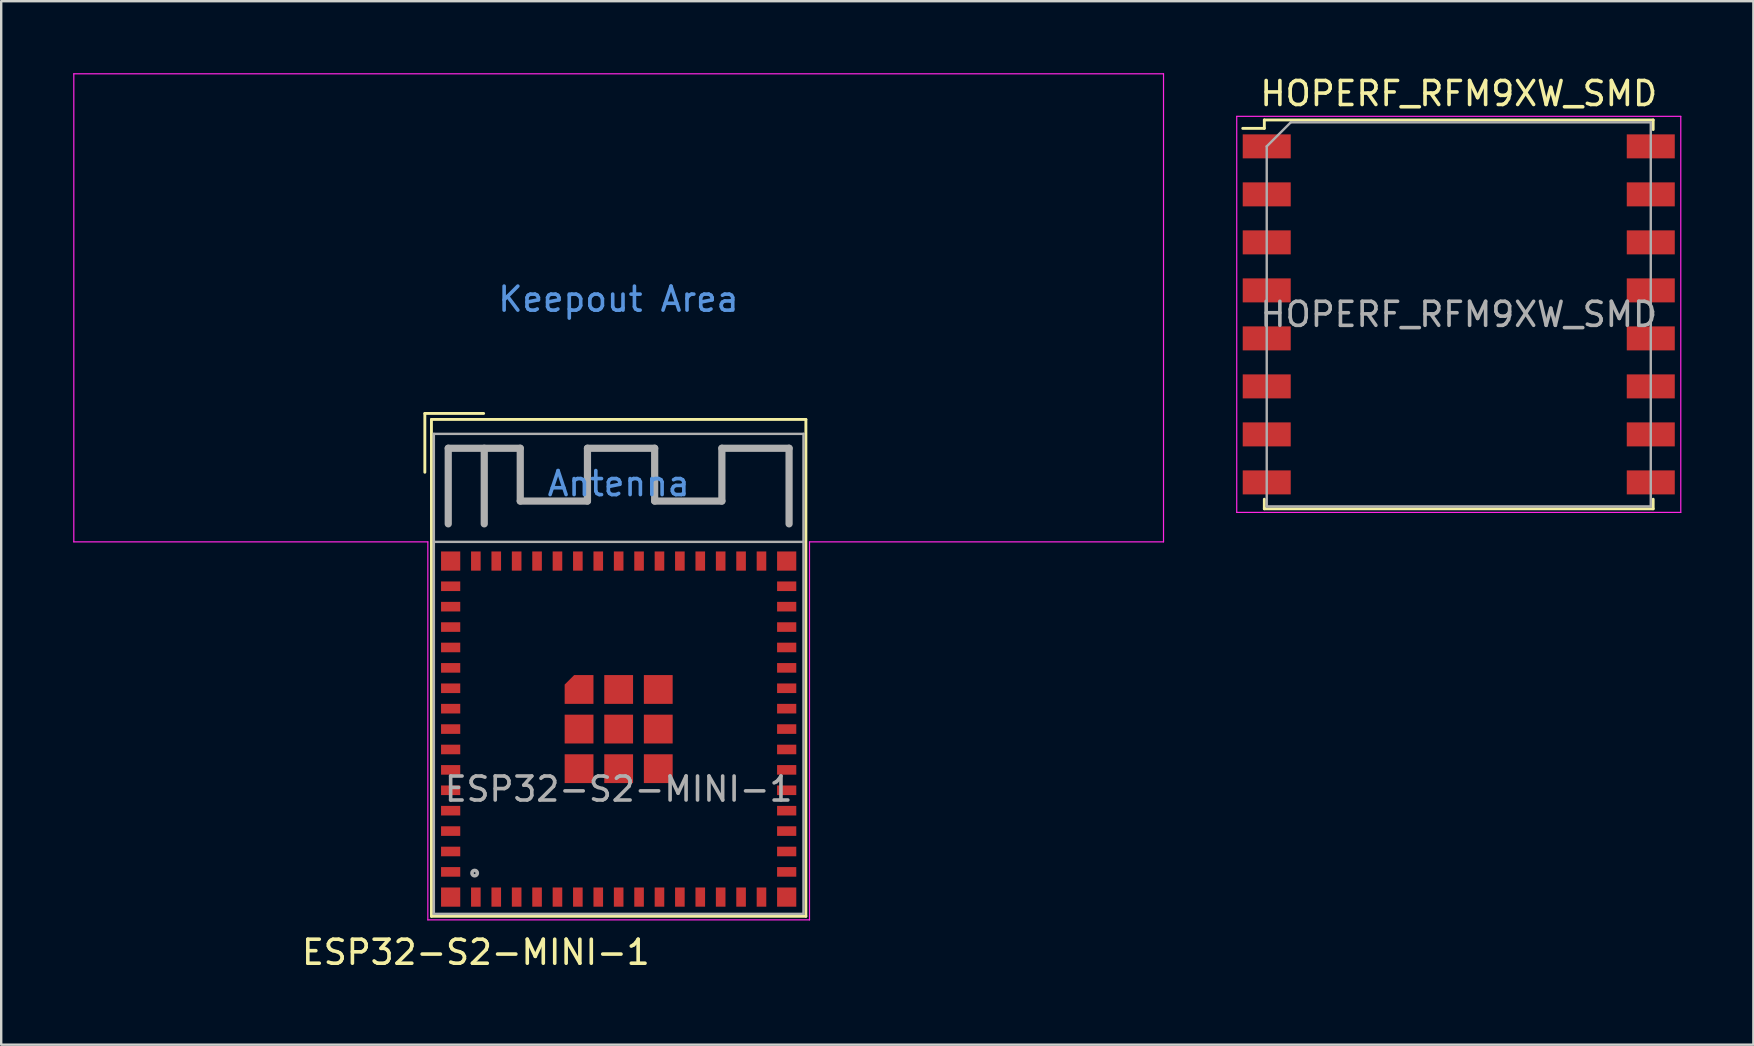
<source format=kicad_pcb>
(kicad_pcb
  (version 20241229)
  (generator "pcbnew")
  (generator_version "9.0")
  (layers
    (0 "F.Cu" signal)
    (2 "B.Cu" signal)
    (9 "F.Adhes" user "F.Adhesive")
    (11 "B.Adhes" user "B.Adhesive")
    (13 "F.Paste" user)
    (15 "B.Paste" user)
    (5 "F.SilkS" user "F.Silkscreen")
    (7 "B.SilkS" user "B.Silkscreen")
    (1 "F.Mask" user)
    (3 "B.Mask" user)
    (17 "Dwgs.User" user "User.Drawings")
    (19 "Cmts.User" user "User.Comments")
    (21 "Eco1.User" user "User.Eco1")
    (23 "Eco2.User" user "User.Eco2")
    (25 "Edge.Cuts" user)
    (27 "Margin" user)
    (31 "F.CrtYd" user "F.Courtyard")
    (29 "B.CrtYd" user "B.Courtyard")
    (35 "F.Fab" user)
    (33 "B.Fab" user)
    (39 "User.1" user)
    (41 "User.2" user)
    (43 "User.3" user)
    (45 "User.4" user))
  (footprint "HOPERF_RFM9XW_SMD"
    (layer "F.Cu")
    (at 57.725 10.048)
    (property "Reference" "HOPERF_RFM9XW_SMD" (at 0 -9.2 0) (layer "F.SilkS") (effects (font (size 1 1) (thickness 0.15))))
    (attr smd)
    (fp_line (start -8.1 -8.1) (end -8.1 -7.75) (stroke (width 0.12) (type solid)) (layer "F.SilkS"))
    (fp_line (start -8.1 -8.1) (end 8.1 -8.1) (stroke (width 0.12) (type solid)) (layer "F.SilkS"))
    (fp_line (start -8.1 -7.75) (end -9 -7.75) (stroke (width 0.12) (type solid)) (layer "F.SilkS"))
    (fp_line (start -8.1 7.7) (end -8.1 8.1) (stroke (width 0.12) (type solid)) (layer "F.SilkS"))
    (fp_line (start -8.1 8.1) (end 8.1 8.1) (stroke (width 0.12) (type solid)) (layer "F.SilkS"))
    (fp_line (start 8.1 -8.1) (end 8.1 -7.7) (stroke (width 0.12) (type solid)) (layer "F.SilkS"))
    (fp_line (start 8.1 8.1) (end 8.1 7.7) (stroke (width 0.12) (type solid)) (layer "F.SilkS"))
    (fp_line (start -9.25 -8.25) (end 9.25 -8.25) (stroke (width 0.05) (type solid)) (layer "F.CrtYd"))
    (fp_line (start -9.25 8.25) (end -9.25 -8.25) (stroke (width 0.05) (type solid)) (layer "F.CrtYd"))
    (fp_line (start -9.25 8.25) (end 9.25 8.25) (stroke (width 0.05) (type solid)) (layer "F.CrtYd"))
    (fp_line (start 9.25 -8.25) (end 9.25 8.25) (stroke (width 0.05) (type solid)) (layer "F.CrtYd"))
    (fp_line (start -8 8) (end -8 -7) (stroke (width 0.1) (type solid)) (layer "F.Fab"))
    (fp_line (start -8 8) (end 8 8) (stroke (width 0.1) (type solid)) (layer "F.Fab"))
    (fp_line (start -7 -8) (end -8 -7) (stroke (width 0.1) (type solid)) (layer "F.Fab"))
    (fp_line (start -7 -8) (end 8 -8) (stroke (width 0.1) (type solid)) (layer "F.Fab"))
    (fp_line (start 8 8) (end 8 -8) (stroke (width 0.1) (type solid)) (layer "F.Fab"))
    (fp_text user "${REFERENCE}" (at 0 0 0) (layer "F.Fab") (effects (font (size 1 1) (thickness 0.15))))
    (pad "1" smd rect (at -8 -7) (size 2 1) (layers "F.Cu" "F.Mask" "F.Paste"))
    (pad "2" smd rect (at -8 -5) (size 2 1) (layers "F.Cu" "F.Mask" "F.Paste"))
    (pad "3" smd rect (at -8 -3) (size 2 1) (layers "F.Cu" "F.Mask" "F.Paste"))
    (pad "4" smd rect (at -8 -1) (size 2 1) (layers "F.Cu" "F.Mask" "F.Paste"))
    (pad "5" smd rect (at -8 1) (size 2 1) (layers "F.Cu" "F.Mask" "F.Paste"))
    (pad "6" smd rect (at -8 3) (size 2 1) (layers "F.Cu" "F.Mask" "F.Paste"))
    (pad "7" smd rect (at -8 5) (size 2 1) (layers "F.Cu" "F.Mask" "F.Paste"))
    (pad "8" smd rect (at -8 7) (size 2 1) (layers "F.Cu" "F.Mask" "F.Paste"))
    (pad "9" smd rect (at 8 7) (size 2 1) (layers "F.Cu" "F.Mask" "F.Paste"))
    (pad "10" smd rect (at 8 5) (size 2 1) (layers "F.Cu" "F.Mask" "F.Paste"))
    (pad "11" smd rect (at 8 3) (size 2 1) (layers "F.Cu" "F.Mask" "F.Paste"))
    (pad "12" smd rect (at 8 1) (size 2 1) (layers "F.Cu" "F.Mask" "F.Paste"))
    (pad "13" smd rect (at 8 -1) (size 2 1) (layers "F.Cu" "F.Mask" "F.Paste"))
    (pad "14" smd rect (at 8 -3) (size 2 1) (layers "F.Cu" "F.Mask" "F.Paste"))
    (pad "15" smd rect (at 8 -5) (size 2 1) (layers "F.Cu" "F.Mask" "F.Paste"))
    (pad "16" smd rect (at 8 -7) (size 2 1) (layers "F.Cu" "F.Mask" "F.Paste")))
  (footprint "ESP32-S2-MINI-1"
    (layer "F.Cu")
    (at 22.725 24.775)
    (property "Reference" "ESP32-S2-MINI-1" (at -5.95 11.85 0) (unlocked yes) (layer "F.SilkS") (effects (font (size 1 1) (thickness 0.15))))
    (attr smd)
    (fp_line (start -8.075 -10.6) (end -8.075 -8.15) (stroke (width 0.12) (type solid)) (layer "F.SilkS"))
    (fp_line (start -8.075 -10.6) (end -5.625 -10.6) (stroke (width 0.12) (type solid)) (layer "F.SilkS"))
    (fp_line (start -7.8 -10.35) (end 7.8 -10.35) (stroke (width 0.12) (type solid)) (layer "F.SilkS"))
    (fp_line (start -7.8 10.35) (end -7.8 -10.35) (stroke (width 0.12) (type solid)) (layer "F.SilkS"))
    (fp_line (start 7.8 -10.35) (end 7.8 10.35) (stroke (width 0.12) (type solid)) (layer "F.SilkS"))
    (fp_line (start 7.8 10.35) (end -7.8 10.35) (stroke (width 0.12) (type solid)) (layer "F.SilkS"))
    (fp_line (start -22.7 -24.75) (end 22.7 -24.75) (stroke (width 0.05) (type solid)) (layer "F.CrtYd"))
    (fp_line (start -22.7 -5.25) (end -22.7 -24.75) (stroke (width 0.05) (type solid)) (layer "F.CrtYd"))
    (fp_line (start -7.95 -5.25) (end -22.7 -5.25) (stroke (width 0.05) (type solid)) (layer "F.CrtYd"))
    (fp_line (start -7.95 10.5) (end -7.95 -5.25) (stroke (width 0.05) (type solid)) (layer "F.CrtYd"))
    (fp_line (start 7.95 -5.25) (end 7.95 10.5) (stroke (width 0.05) (type solid)) (layer "F.CrtYd"))
    (fp_line (start 7.95 -5.25) (end 22.7 -5.25) (stroke (width 0.05) (type solid)) (layer "F.CrtYd"))
    (fp_line (start 7.95 10.5) (end -7.95 10.5) (stroke (width 0.05) (type solid)) (layer "F.CrtYd"))
    (fp_line (start 22.7 -5.25) (end 22.7 -24.75) (stroke (width 0.05) (type solid)) (layer "F.CrtYd"))
    (fp_line (start -7.7 -9.75) (end 7.7 -9.75) (stroke (width 0.1) (type solid)) (layer "F.Fab"))
    (fp_line (start -7.7 -5.25) (end 7.7 -5.25) (stroke (width 0.1) (type solid)) (layer "F.Fab"))
    (fp_line (start -7.7 10.25) (end -7.7 -9.75) (stroke (width 0.1) (type solid)) (layer "F.Fab"))
    (fp_line (start -7.1 -9.15) (end -4.1 -9.15) (stroke (width 0.3) (type solid)) (layer "F.Fab"))
    (fp_line (start -7.1 -6) (end -7.1 -9.15) (stroke (width 0.3) (type solid)) (layer "F.Fab"))
    (fp_line (start -5.6 -6) (end -5.6 -9.15) (stroke (width 0.3) (type solid)) (layer "F.Fab"))
    (fp_line (start -4.1 -9.15) (end -4.1 -6.95) (stroke (width 0.3) (type solid)) (layer "F.Fab"))
    (fp_line (start -4.1 -6.95) (end -1.3 -6.95) (stroke (width 0.3) (type solid)) (layer "F.Fab"))
    (fp_line (start -1.3 -9.15) (end 1.5 -9.15) (stroke (width 0.3) (type solid)) (layer "F.Fab"))
    (fp_line (start -1.3 -6.95) (end -1.3 -9.15) (stroke (width 0.3) (type solid)) (layer "F.Fab"))
    (fp_line (start 1.5 -9.15) (end 1.5 -6.95) (stroke (width 0.3) (type solid)) (layer "F.Fab"))
    (fp_line (start 1.5 -6.95) (end 4.3 -6.95) (stroke (width 0.3) (type solid)) (layer "F.Fab"))
    (fp_line (start 4.3 -9.15) (end 7.1 -9.15) (stroke (width 0.3) (type solid)) (layer "F.Fab"))
    (fp_line (start 4.3 -6.95) (end 4.3 -9.15) (stroke (width 0.3) (type solid)) (layer "F.Fab"))
    (fp_line (start 7.1 -9.15) (end 7.1 -6) (stroke (width 0.3) (type solid)) (layer "F.Fab"))
    (fp_line (start 7.7 -9.75) (end 7.7 10.25) (stroke (width 0.1) (type solid)) (layer "F.Fab"))
    (fp_line (start 7.7 10.25) (end -7.7 10.25) (stroke (width 0.1) (type solid)) (layer "F.Fab"))
    (fp_circle (center -6 8.55) (end -5.888 8.55) (stroke (width 0.15) (type solid)) (fill no) (layer "F.Fab"))
    (fp_text user "Keepout Area" (at -0.01 -15.36 0) (layer "Cmts.User") (effects (font (size 1 1) (thickness 0.15))))
    (fp_text user "Antenna" (at 0 -7.675 0) (layer "Cmts.User") (effects (font (size 1 1) (thickness 0.15))))
    (fp_text user "${REFERENCE}" (at 0 5.05 0) (unlocked yes) (layer "F.Fab") (effects (font (size 1 1) (thickness 0.15))))
    (pad "1" smd rect (at -7 -3.4) (size 0.8 0.4) (layers "F.Cu" "F.Mask" "F.Paste"))
    (pad "2" smd rect (at -7 -2.55) (size 0.8 0.4) (layers "F.Cu" "F.Mask" "F.Paste"))
    (pad "3" smd rect (at -7 -1.7) (size 0.8 0.4) (layers "F.Cu" "F.Mask" "F.Paste"))
    (pad "4" smd rect (at -7 -0.85) (size 0.8 0.4) (layers "F.Cu" "F.Mask" "F.Paste"))
    (pad "5" smd rect (at -7 0) (size 0.8 0.4) (layers "F.Cu" "F.Mask" "F.Paste"))
    (pad "6" smd rect (at -7 0.85) (size 0.8 0.4) (layers "F.Cu" "F.Mask" "F.Paste"))
    (pad "7" smd rect (at -7 1.7) (size 0.8 0.4) (layers "F.Cu" "F.Mask" "F.Paste"))
    (pad "8" smd rect (at -7 2.55) (size 0.8 0.4) (layers "F.Cu" "F.Mask" "F.Paste"))
    (pad "9" smd rect (at -7 3.4) (size 0.8 0.4) (layers "F.Cu" "F.Mask" "F.Paste"))
    (pad "10" smd rect (at -7 4.25) (size 0.8 0.4) (layers "F.Cu" "F.Mask" "F.Paste"))
    (pad "11" smd rect (at -7 5.1) (size 0.8 0.4) (layers "F.Cu" "F.Mask" "F.Paste"))
    (pad "12" smd rect (at -7 5.95) (size 0.8 0.4) (layers "F.Cu" "F.Mask" "F.Paste"))
    (pad "13" smd rect (at -7 6.8) (size 0.8 0.4) (layers "F.Cu" "F.Mask" "F.Paste"))
    (pad "14" smd rect (at -7 7.65) (size 0.8 0.4) (layers "F.Cu" "F.Mask" "F.Paste"))
    (pad "15" smd rect (at -7 8.5) (size 0.8 0.4) (layers "F.Cu" "F.Mask" "F.Paste"))
    (pad "16" smd rect (at -5.95 9.55 90) (size 0.8 0.4) (layers "F.Cu" "F.Mask" "F.Paste"))
    (pad "17" smd rect (at -5.1 9.55 90) (size 0.8 0.4) (layers "F.Cu" "F.Mask" "F.Paste"))
    (pad "18" smd rect (at -4.25 9.55 90) (size 0.8 0.4) (layers "F.Cu" "F.Mask" "F.Paste"))
    (pad "19" smd rect (at -3.4 9.55 90) (size 0.8 0.4) (layers "F.Cu" "F.Mask" "F.Paste"))
    (pad "20" smd rect (at -2.55 9.55 90) (size 0.8 0.4) (layers "F.Cu" "F.Mask" "F.Paste"))
    (pad "21" smd rect (at -1.7 9.55 90) (size 0.8 0.4) (layers "F.Cu" "F.Mask" "F.Paste"))
    (pad "22" smd rect (at -0.85 9.55 90) (size 0.8 0.4) (layers "F.Cu" "F.Mask" "F.Paste"))
    (pad "23" smd rect (at 0 9.55 90) (size 0.8 0.4) (layers "F.Cu" "F.Mask" "F.Paste"))
    (pad "24" smd rect (at 0.85 9.55 90) (size 0.8 0.4) (layers "F.Cu" "F.Mask" "F.Paste"))
    (pad "25" smd rect (at 1.7 9.55 90) (size 0.8 0.4) (layers "F.Cu" "F.Mask" "F.Paste"))
    (pad "26" smd rect (at 2.55 9.55 90) (size 0.8 0.4) (layers "F.Cu" "F.Mask" "F.Paste"))
    (pad "27" smd rect (at 3.4 9.55 90) (size 0.8 0.4) (layers "F.Cu" "F.Mask" "F.Paste"))
    (pad "28" smd rect (at 4.25 9.55 90) (size 0.8 0.4) (layers "F.Cu" "F.Mask" "F.Paste"))
    (pad "29" smd rect (at 5.1 9.55 90) (size 0.8 0.4) (layers "F.Cu" "F.Mask" "F.Paste"))
    (pad "30" smd rect (at 5.95 9.55 90) (size 0.8 0.4) (layers "F.Cu" "F.Mask" "F.Paste"))
    (pad "31" smd rect (at 7 8.5) (size 0.8 0.4) (layers "F.Cu" "F.Mask" "F.Paste"))
    (pad "32" smd rect (at 7 7.65) (size 0.8 0.4) (layers "F.Cu" "F.Mask" "F.Paste"))
    (pad "33" smd rect (at 7 6.8) (size 0.8 0.4) (layers "F.Cu" "F.Mask" "F.Paste"))
    (pad "34" smd rect (at 7 5.95) (size 0.8 0.4) (layers "F.Cu" "F.Mask" "F.Paste"))
    (pad "35" smd rect (at 7 5.1) (size 0.8 0.4) (layers "F.Cu" "F.Mask" "F.Paste"))
    (pad "36" smd rect (at 7 4.25) (size 0.8 0.4) (layers "F.Cu" "F.Mask" "F.Paste"))
    (pad "37" smd rect (at 7 3.4) (size 0.8 0.4) (layers "F.Cu" "F.Mask" "F.Paste"))
    (pad "38" smd rect (at 7 2.55) (size 0.8 0.4) (layers "F.Cu" "F.Mask" "F.Paste"))
    (pad "39" smd rect (at 7 1.7) (size 0.8 0.4) (layers "F.Cu" "F.Mask" "F.Paste"))
    (pad "40" smd rect (at 7 0.85) (size 0.8 0.4) (layers "F.Cu" "F.Mask" "F.Paste"))
    (pad "41" smd rect (at 7 0) (size 0.8 0.4) (layers "F.Cu" "F.Mask" "F.Paste"))
    (pad "42" smd rect (at 7 -0.85) (size 0.8 0.4) (layers "F.Cu" "F.Mask" "F.Paste"))
    (pad "43" smd rect (at 7 -1.7) (size 0.8 0.4) (layers "F.Cu" "F.Mask" "F.Paste"))
    (pad "44" smd rect (at 7 -2.55) (size 0.8 0.4) (layers "F.Cu" "F.Mask" "F.Paste"))
    (pad "45" smd rect (at 7 -3.4) (size 0.8 0.4) (layers "F.Cu" "F.Mask" "F.Paste"))
    (pad "46" smd rect (at 5.95 -4.45 90) (size 0.8 0.4) (layers "F.Cu" "F.Mask" "F.Paste"))
    (pad "47" smd rect (at 5.1 -4.45 90) (size 0.8 0.4) (layers "F.Cu" "F.Mask" "F.Paste"))
    (pad "48" smd rect (at 4.25 -4.45 90) (size 0.8 0.4) (layers "F.Cu" "F.Mask" "F.Paste"))
    (pad "49" smd rect (at 3.4 -4.45 90) (size 0.8 0.4) (layers "F.Cu" "F.Mask" "F.Paste"))
    (pad "50" smd rect (at 2.55 -4.45 90) (size 0.8 0.4) (layers "F.Cu" "F.Mask" "F.Paste"))
    (pad "51" smd rect (at 1.7 -4.45 90) (size 0.8 0.4) (layers "F.Cu" "F.Mask" "F.Paste"))
    (pad "52" smd rect (at 0.85 -4.45 90) (size 0.8 0.4) (layers "F.Cu" "F.Mask" "F.Paste"))
    (pad "53" smd rect (at 0 -4.45 90) (size 0.8 0.4) (layers "F.Cu" "F.Mask" "F.Paste"))
    (pad "54" smd rect (at -0.85 -4.45 90) (size 0.8 0.4) (layers "F.Cu" "F.Mask" "F.Paste"))
    (pad "55" smd rect (at -1.7 -4.45 90) (size 0.8 0.4) (layers "F.Cu" "F.Mask" "F.Paste"))
    (pad "56" smd rect (at -2.55 -4.45 90) (size 0.8 0.4) (layers "F.Cu" "F.Mask" "F.Paste"))
    (pad "57" smd rect (at -3.4 -4.45 90) (size 0.8 0.4) (layers "F.Cu" "F.Mask" "F.Paste"))
    (pad "58" smd rect (at -4.25 -4.45 90) (size 0.8 0.4) (layers "F.Cu" "F.Mask" "F.Paste"))
    (pad "59" smd rect (at -5.1 -4.45 90) (size 0.8 0.4) (layers "F.Cu" "F.Mask" "F.Paste"))
    (pad "60" smd rect (at -5.95 -4.45 90) (size 0.8 0.4) (layers "F.Cu" "F.Mask" "F.Paste"))
    (pad "61" smd roundrect (at -1.65 0.9) (size 1.2 1.2) (layers "F.Cu" "F.Mask" "F.Paste") (roundrect_rratio 0) (chamfer_ratio 0.33) (chamfer top_left))
    (pad "61" smd rect (at -1.65 2.55) (size 1.2 1.2) (layers "F.Cu" "F.Mask" "F.Paste"))
    (pad "61" smd rect (at -1.65 4.2) (size 1.2 1.2) (layers "F.Cu" "F.Mask" "F.Paste"))
    (pad "61" smd rect (at 0 0.9) (size 1.2 1.2) (layers "F.Cu" "F.Mask" "F.Paste"))
    (pad "61" smd rect (at 0 2.55) (size 1.2 1.2) (layers "F.Cu" "F.Mask" "F.Paste"))
    (pad "61" smd rect (at 0 4.2) (size 1.2 1.2) (layers "F.Cu" "F.Mask" "F.Paste"))
    (pad "61" smd rect (at 1.65 0.9) (size 1.2 1.2) (layers "F.Cu" "F.Mask" "F.Paste"))
    (pad "61" smd rect (at 1.65 2.55) (size 1.2 1.2) (layers "F.Cu" "F.Mask" "F.Paste"))
    (pad "61" smd rect (at 1.65 4.2) (size 1.2 1.2) (layers "F.Cu" "F.Mask" "F.Paste"))
    (pad "62" smd rect (at -7 -4.45) (size 0.8 0.8) (layers "F.Cu" "F.Mask" "F.Paste"))
    (pad "63" smd rect (at -7 9.55) (size 0.8 0.8) (layers "F.Cu" "F.Mask" "F.Paste"))
    (pad "64" smd rect (at 7 9.55) (size 0.8 0.8) (layers "F.Cu" "F.Mask" "F.Paste"))
    (pad "65" smd rect (at 7 -4.45) (size 0.8 0.8) (layers "F.Cu" "F.Mask" "F.Paste"))
    (zone (net_name "") (layers "F.Cu" "B.Cu") (name "Antenna") (hatch full 0.508) (connect_pads) (min_thickness 0.254) (filled_areas_thickness no) (keepout (tracks not_allowed) (vias not_allowed) (pads not_allowed) (copperpour not_allowed) (footprints not_allowed)) (placement (enabled no)) (fill) (polygon (pts (xy 45.425 19.525) (xy 0.025 19.525) (xy 0.025 0.025) (xy 45.425 0.025)))))
  (gr_rect
    (start -3 -3)
    (end 70 40.473)
    (stroke (width 0.1) (type default))
    (fill no)
    (layer "Edge.Cuts")))
</source>
